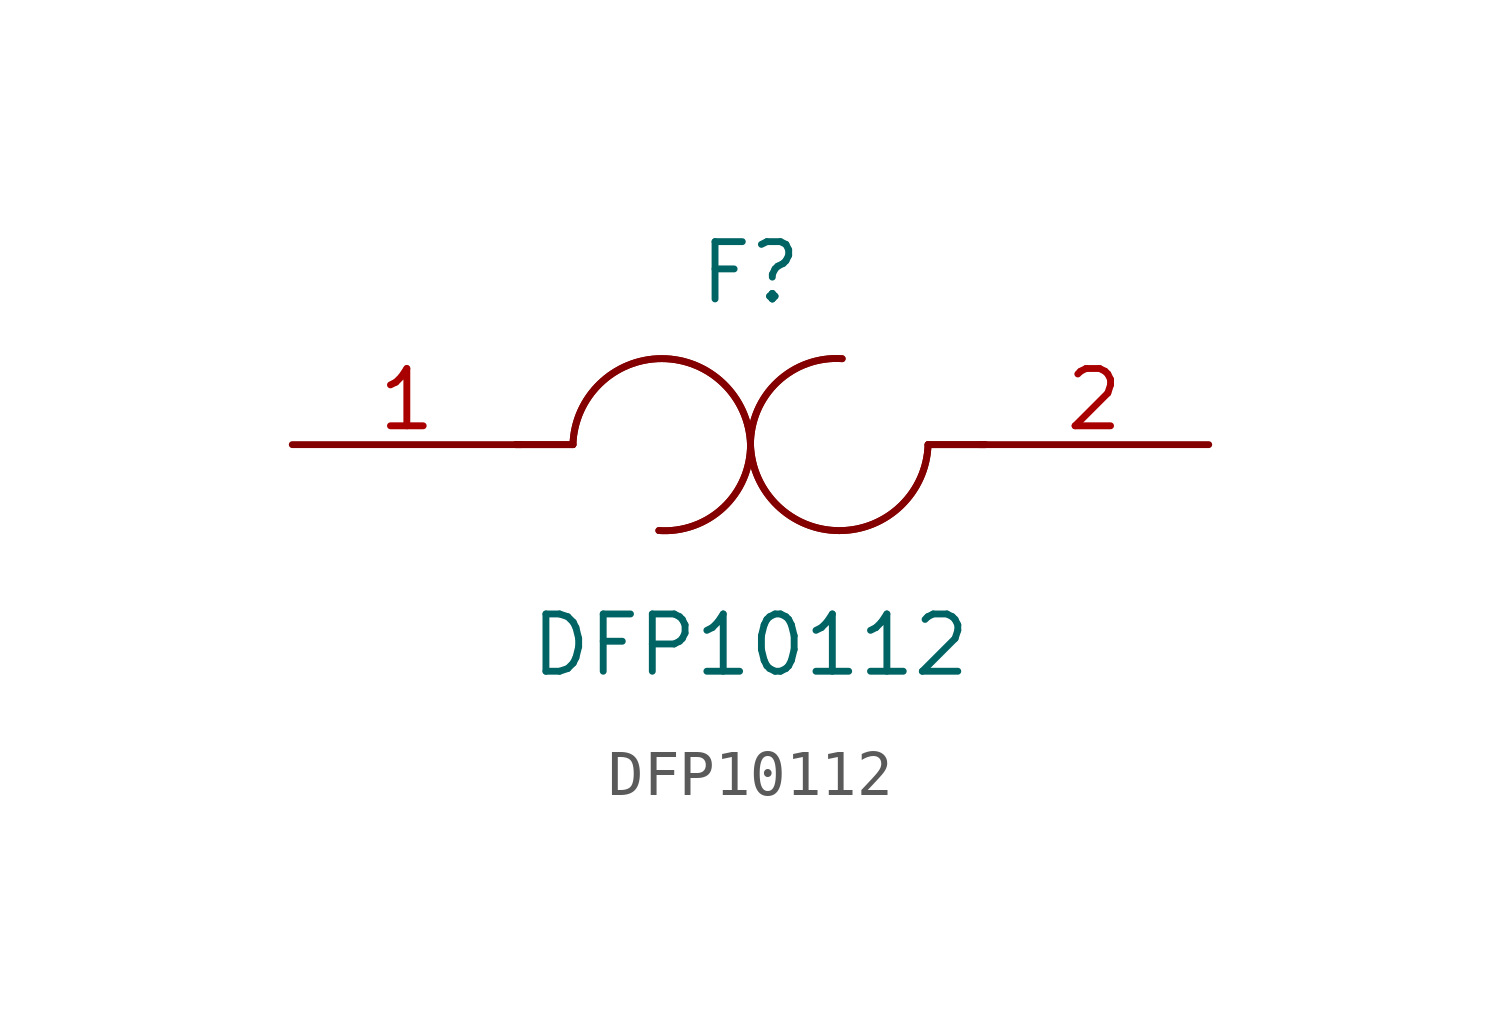
<source format=kicad_sym>
(kicad_symbol_lib
  (version 20211014)
  (generator kicad_symbol_editor)
  (symbol "DFP10112"
    (pin_names
      (offset 0))
    (property "Reference" "F"
      (at 0 3.81 0)
      (effects (font (size 1.27 1.27))))
    (property "Value" "DFP10112"
      (at 0 -4.445 0)
      (effects (font (size 1.27 1.27))))
    (symbol "DFP10112_0_1"
      (arc (start -2.032 -1.905) (mid -0.6006 -1.3942) (end 0 0) (stroke (width 0) (type default) (color 0 0 0 0)) (fill (type none)))
      (arc (start -2.032 -1.905) (mid -0.6006 -1.3942) (end 0 0) (stroke (width 0) (type default) (color 0 0 0 0)) (fill (type none)))
      (arc (start 0 0) (mid -1.9561 1.9057) (end -3.937 0) (stroke (width 0) (type default) (color 0 0 0 0)) (fill (type none)))
      (arc (start 0 0) (mid -1.9561 1.9057) (end -3.937 0) (stroke (width 0) (type default) (color 0 0 0 0)) (fill (type none)))
      (polyline (pts (xy -3.937 0) (xy -5.207 0)) (stroke (width 0) (type default) (color 0 0 0 0)) (fill (type none)))
      (polyline (pts (xy -3.937 0) (xy -5.207 0)) (stroke (width 0) (type default) (color 0 0 0 0)) (fill (type none)))
      (polyline (pts (xy 3.937 0) (xy 5.207 0)) (stroke (width 0) (type default) (color 0 0 0 0)) (fill (type none)))
      (polyline (pts (xy 3.937 0) (xy 5.207 0)) (stroke (width 0) (type default) (color 0 0 0 0)) (fill (type none)))
      (arc (start 0 0) (mid 1.9561 -1.9057) (end 3.937 0) (stroke (width 0) (type default) (color 0 0 0 0)) (fill (type none)))
      (arc (start 0 0) (mid 1.9561 -1.9057) (end 3.937 0) (stroke (width 0) (type default) (color 0 0 0 0)) (fill (type none)))
      (arc (start 2.032 1.905) (mid 0.6006 1.3942) (end 0 0) (stroke (width 0) (type default) (color 0 0 0 0)) (fill (type none)))
      (arc (start 2.032 1.905) (mid 0.6006 1.3942) (end 0 0) (stroke (width 0) (type default) (color 0 0 0 0)) (fill (type none))))
    (symbol "DFP10112_1_1"
      (pin passive line (at -10.16 0 0) (length 5.08) (name "~" (effects (font (size 1.27 1.27)))) (number "1" (effects (font (size 1.27 1.27)))))
      (pin passive line (at 10.16 0 180) (length 5.08) (name "~" (effects (font (size 1.27 1.27)))) (number "2" (effects (font (size 1.27 1.27))))))))
</source>
